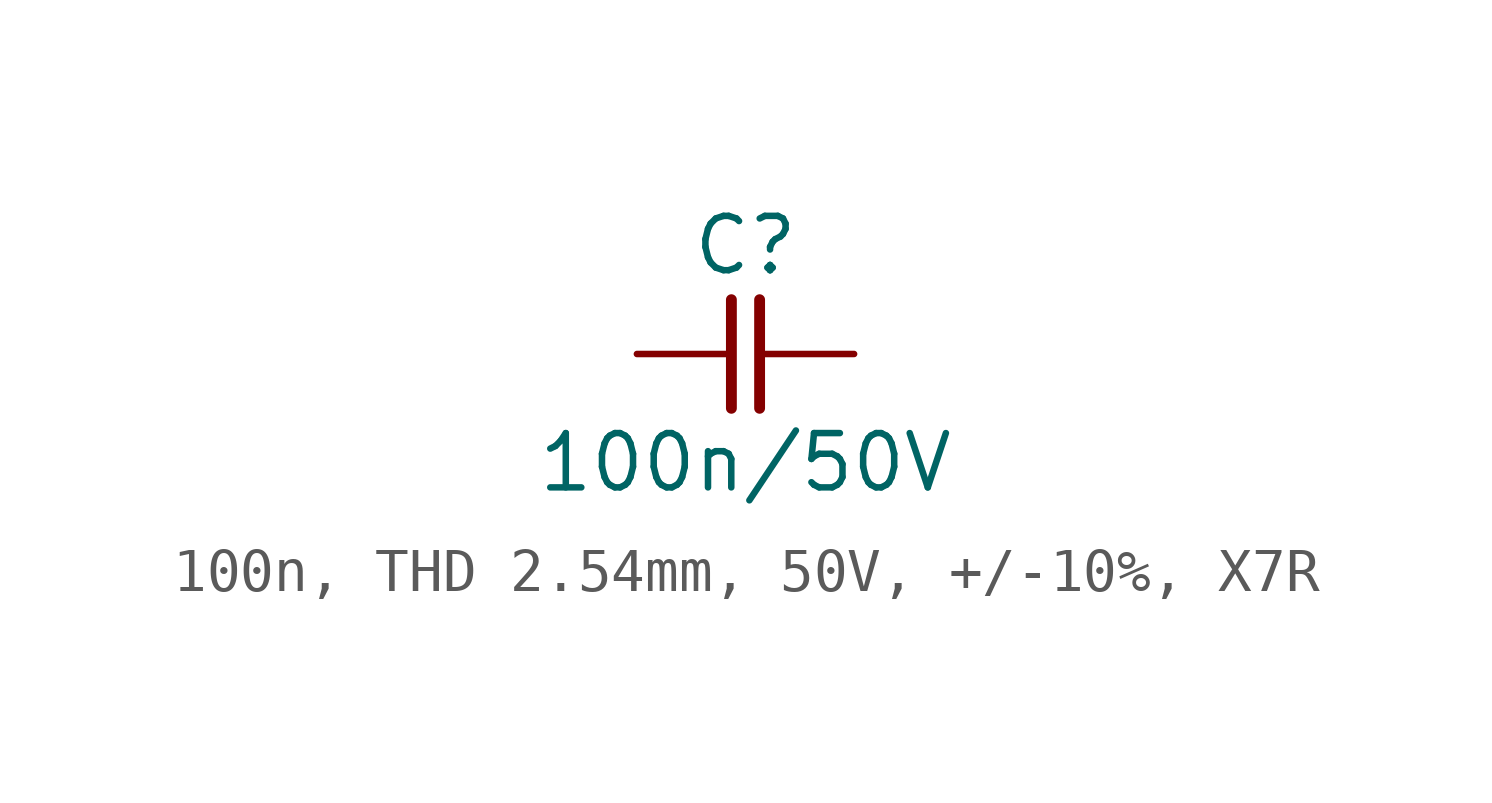
<source format=kicad_sym>
(kicad_symbol_lib
  (version 20241209)
  (generator "kicad_symbol_editor")
  (generator_version "9.0")
  (symbol "100n, THD 2.54mm, 50V, +/-10%, X7R"
    (pin_numbers
      (hide yes))
    (pin_names
      (offset 0)
      (hide yes))
    (property "Reference" "C"
      (at 0 2.54 0)
      (effects (font (size 1.27 1.27))))
    (property "Value" "100n/50V"
      (at 0 -2.54 0)
      (effects (font (size 1.27 1.27))))
    (symbol "100n, THD 2.54mm, 50V, +/-10%, X7R_0_1"
      (polyline (pts (xy -0.33 1.27) (xy -0.33 -1.27)) (stroke (width 0.254) (type default)) (fill (type none)))
      (polyline (pts (xy 0.33 1.27) (xy 0.33 -1.27)) (stroke (width 0.254) (type default)) (fill (type none))))
    (symbol "100n, THD 2.54mm, 50V, +/-10%, X7R_1_1"
      (pin passive line (at -2.54 0 0) (length 2.21) (name "1" (effects (font (size 1.27 1.27)))) (number "1" (effects (font (size 1.27 1.27)))))
      (pin passive line (at 2.54 0 180) (length 2.21) (name "2" (effects (font (size 1.27 1.27)))) (number "2" (effects (font (size 1.27 1.27))))))))
</source>
